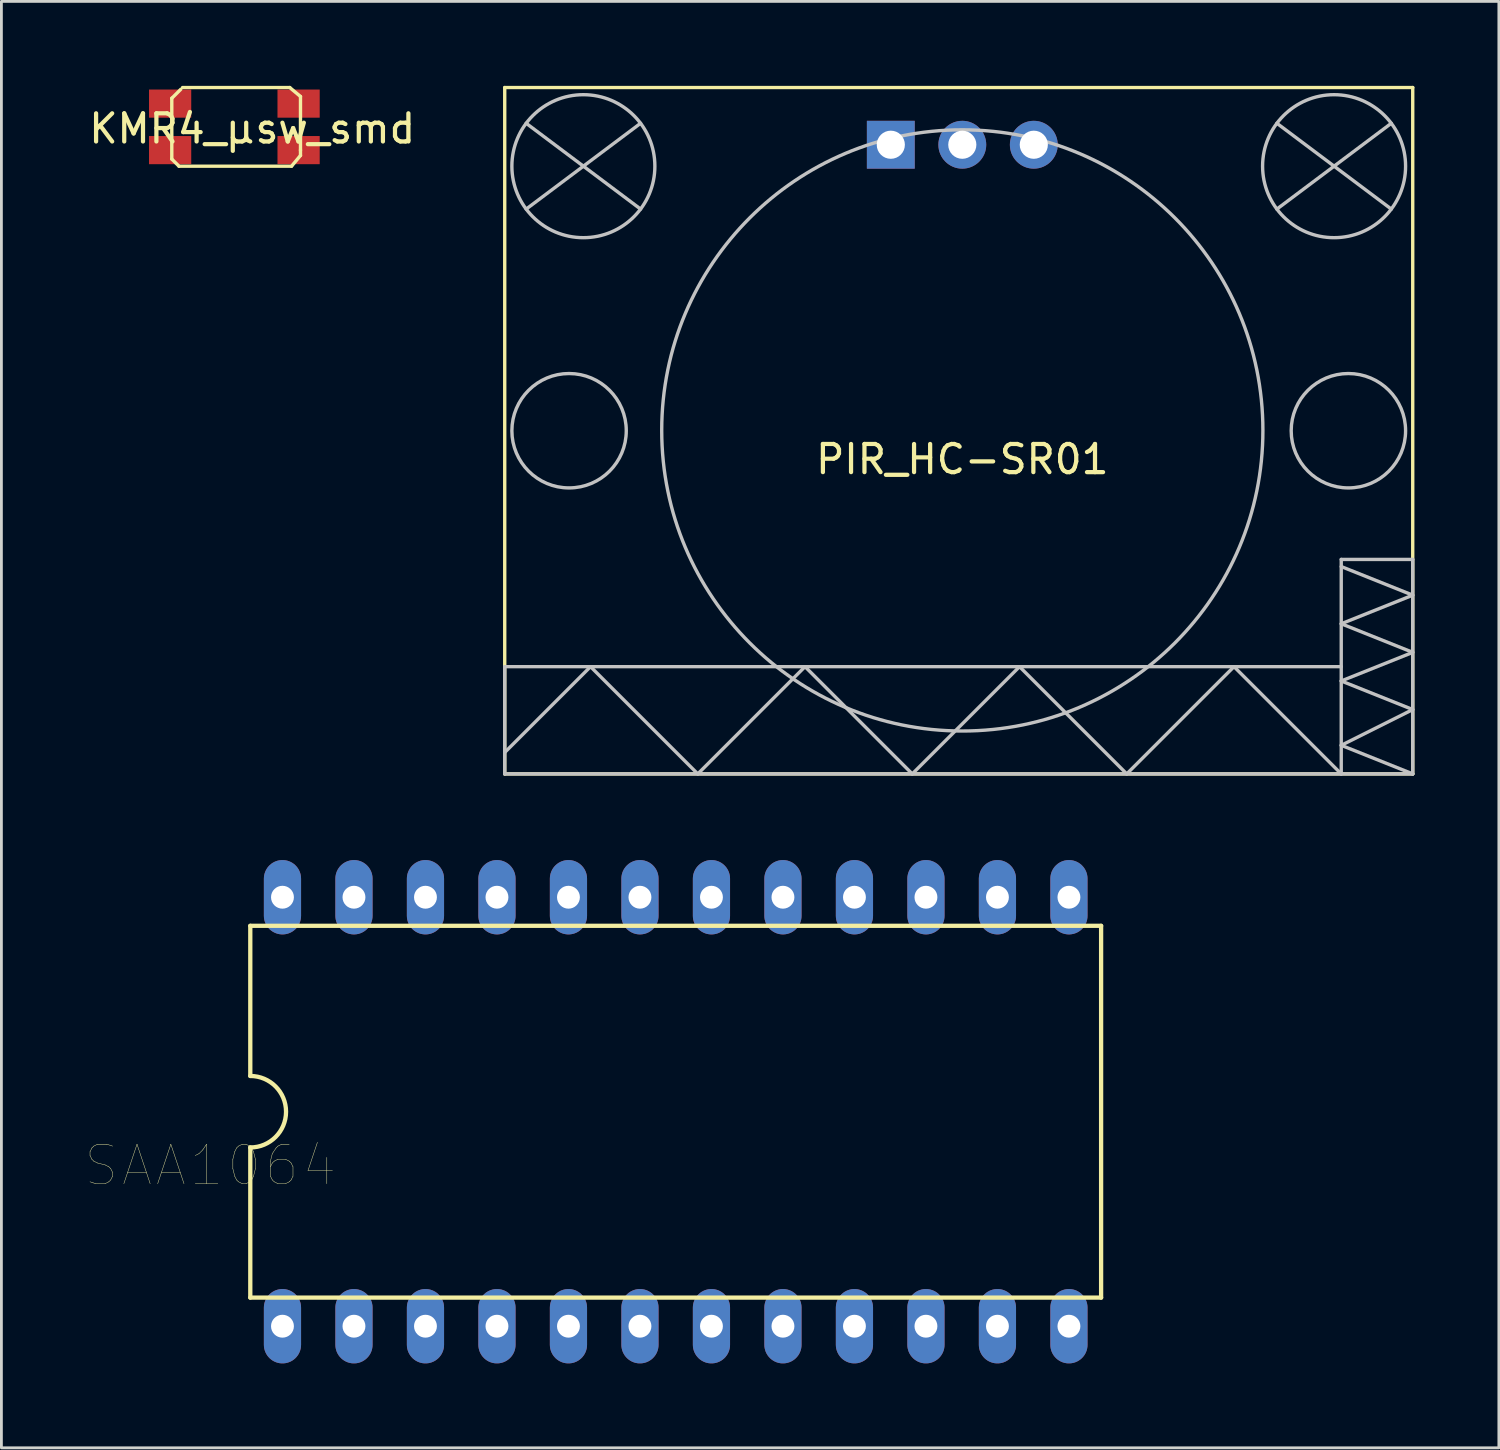
<source format=kicad_pcb>
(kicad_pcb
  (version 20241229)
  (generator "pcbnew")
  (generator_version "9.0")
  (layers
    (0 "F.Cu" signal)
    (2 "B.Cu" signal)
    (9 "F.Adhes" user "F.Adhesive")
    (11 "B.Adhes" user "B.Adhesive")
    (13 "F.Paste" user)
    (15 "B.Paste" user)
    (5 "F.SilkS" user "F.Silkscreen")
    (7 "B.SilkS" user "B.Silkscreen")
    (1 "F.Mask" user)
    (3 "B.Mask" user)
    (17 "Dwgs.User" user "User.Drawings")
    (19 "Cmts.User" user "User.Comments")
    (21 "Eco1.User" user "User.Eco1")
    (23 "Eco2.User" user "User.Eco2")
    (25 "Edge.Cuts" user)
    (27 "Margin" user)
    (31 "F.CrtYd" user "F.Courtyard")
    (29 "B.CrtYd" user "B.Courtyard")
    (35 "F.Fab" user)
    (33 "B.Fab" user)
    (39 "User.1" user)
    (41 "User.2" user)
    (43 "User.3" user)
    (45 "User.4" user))
  (footprint "PIR_HC-SR01"
    (layer "F.Cu")
    (at 31.137 12.252)
    (property "Reference" "PIR_HC-SR01" (at 0 1.016 0) (layer "F.SilkS") (effects (font (size 1 1) (thickness 0.15))))
    (attr through_hole)
    (fp_line (start -16.256 -12.192) (end -16.256 12.192) (stroke (width 0.12) (type solid)) (layer "F.SilkS"))
    (fp_line (start -16.256 12.192) (end 16.002 12.192) (stroke (width 0.12) (type solid)) (layer "F.SilkS"))
    (fp_line (start 16.002 -12.192) (end -16.256 -12.192) (stroke (width 0.12) (type solid)) (layer "F.SilkS"))
    (fp_line (start 16.002 12.192) (end 16.002 -12.192) (stroke (width 0.12) (type solid)) (layer "F.SilkS"))
    (fp_line (start -16.256 8.382) (end -16.256 12.192) (stroke (width 0.12) (type solid)) (layer "Dwgs.User"))
    (fp_line (start -16.256 12.192) (end 13.462 12.192) (stroke (width 0.12) (type solid)) (layer "Dwgs.User"))
    (fp_line (start -15.494 -10.922) (end -11.43 -7.874) (stroke (width 0.12) (type solid)) (layer "Dwgs.User"))
    (fp_line (start -13.208 8.382) (end -16.256 11.43) (stroke (width 0.12) (type solid)) (layer "Dwgs.User"))
    (fp_line (start -11.43 -10.922) (end -15.494 -7.874) (stroke (width 0.12) (type solid)) (layer "Dwgs.User"))
    (fp_line (start -9.398 12.192) (end -13.208 8.382) (stroke (width 0.12) (type solid)) (layer "Dwgs.User"))
    (fp_line (start -5.588 8.382) (end -9.398 12.192) (stroke (width 0.12) (type solid)) (layer "Dwgs.User"))
    (fp_line (start -1.778 12.192) (end -5.588 8.382) (stroke (width 0.12) (type solid)) (layer "Dwgs.User"))
    (fp_line (start 2.032 8.382) (end -1.778 12.192) (stroke (width 0.12) (type solid)) (layer "Dwgs.User"))
    (fp_line (start 5.842 12.192) (end 2.032 8.382) (stroke (width 0.12) (type solid)) (layer "Dwgs.User"))
    (fp_line (start 9.652 8.382) (end 5.842 12.192) (stroke (width 0.12) (type solid)) (layer "Dwgs.User"))
    (fp_line (start 11.176 -10.922) (end 15.24 -7.874) (stroke (width 0.12) (type solid)) (layer "Dwgs.User"))
    (fp_line (start 13.462 4.572) (end 13.462 12.192) (stroke (width 0.12) (type solid)) (layer "Dwgs.User"))
    (fp_line (start 13.462 6.858) (end 16.002 5.842) (stroke (width 0.12) (type solid)) (layer "Dwgs.User"))
    (fp_line (start 13.462 8.382) (end -16.256 8.382) (stroke (width 0.12) (type solid)) (layer "Dwgs.User"))
    (fp_line (start 13.462 8.89) (end 16.002 7.874) (stroke (width 0.12) (type solid)) (layer "Dwgs.User"))
    (fp_line (start 13.462 11.176) (end 16.002 9.906) (stroke (width 0.12) (type solid)) (layer "Dwgs.User"))
    (fp_line (start 13.462 12.192) (end 9.652 8.382) (stroke (width 0.12) (type solid)) (layer "Dwgs.User"))
    (fp_line (start 13.462 12.192) (end 16.002 12.192) (stroke (width 0.12) (type solid)) (layer "Dwgs.User"))
    (fp_line (start 15.24 -10.922) (end 11.176 -7.874) (stroke (width 0.12) (type solid)) (layer "Dwgs.User"))
    (fp_line (start 16.002 4.572) (end 13.462 4.572) (stroke (width 0.12) (type solid)) (layer "Dwgs.User"))
    (fp_line (start 16.002 5.842) (end 13.462 4.826) (stroke (width 0.12) (type solid)) (layer "Dwgs.User"))
    (fp_line (start 16.002 7.874) (end 13.462 6.858) (stroke (width 0.12) (type solid)) (layer "Dwgs.User"))
    (fp_line (start 16.002 9.906) (end 13.462 8.89) (stroke (width 0.12) (type solid)) (layer "Dwgs.User"))
    (fp_line (start 16.002 12.192) (end 13.462 11.176) (stroke (width 0.12) (type solid)) (layer "Dwgs.User"))
    (fp_line (start 16.002 12.192) (end 16.002 4.572) (stroke (width 0.12) (type solid)) (layer "Dwgs.User"))
    (fp_circle (center -13.97 0) (end -11.938 0) (stroke (width 0.12) (type solid)) (fill no) (layer "Dwgs.User"))
    (fp_circle (center -13.462 -9.398) (end -10.922 -9.398) (stroke (width 0.12) (type solid)) (fill no) (layer "Dwgs.User"))
    (fp_circle (center 0 -0.011) (end 10.679 -0.011) (stroke (width 0.12) (type solid)) (fill no) (layer "Dwgs.User"))
    (fp_circle (center 13.208 -9.398) (end 15.748 -9.398) (stroke (width 0.12) (type solid)) (fill no) (layer "Dwgs.User"))
    (fp_circle (center 13.716 0) (end 15.748 0) (stroke (width 0.12) (type solid)) (fill no) (layer "Dwgs.User"))
    (pad "1" thru_hole rect (at -2.54 -10.16) (size 1.7 1.7) (drill 1) (layers "*.Cu" "*.Mask"))
    (pad "2" thru_hole circle (at 0 -10.16) (size 1.7 1.7) (drill 1) (layers "*.Cu" "*.Mask"))
    (pad "3" thru_hole circle (at 2.54 -10.16) (size 1.7 1.7) (drill 1) (layers "*.Cu" "*.Mask")))
  (footprint "KMR4_µsw_smd"
    (layer "F.Cu")
    (at 5.276 1.457)
    (property "Reference" "KMR4_µsw_smd" (at 0.635 0.064 0) (layer "F.SilkS") (effects (font (size 1 1) (thickness 0.15))))
    (attr through_hole)
    (fp_line (start -2.223 -1.016) (end -1.905 -1.333) (stroke (width 0.12) (type solid)) (layer "F.SilkS"))
    (fp_line (start -2.223 1.143) (end -2.223 -1.016) (stroke (width 0.12) (type solid)) (layer "F.SilkS"))
    (fp_line (start -1.968 1.397) (end -2.223 1.143) (stroke (width 0.12) (type solid)) (layer "F.SilkS"))
    (fp_line (start -1.841 -1.397) (end 1.968 -1.397) (stroke (width 0.12) (type solid)) (layer "F.SilkS"))
    (fp_line (start 1.968 -1.397) (end 2.349 -1.079) (stroke (width 0.12) (type solid)) (layer "F.SilkS"))
    (fp_line (start 2.032 1.397) (end -1.968 1.397) (stroke (width 0.12) (type solid)) (layer "F.SilkS"))
    (fp_line (start 2.349 -1.079) (end 2.349 0.826) (stroke (width 0.12) (type solid)) (layer "F.SilkS"))
    (fp_line (start 2.349 0.826) (end 2.349 1.016) (stroke (width 0.12) (type solid)) (layer "F.SilkS"))
    (fp_line (start 2.349 1.016) (end 2.032 1.397) (stroke (width 0.12) (type solid)) (layer "F.SilkS"))
    (pad "1" smd rect (at -2.032 -0.826) (size 1.5 1) (drill (offset -0.25 0)) (layers "F.Cu" "F.Mask" "F.Paste"))
    (pad "2" smd rect (at -2.032 0.826) (size 1.5 1) (drill (offset -0.25 0)) (layers "F.Cu" "F.Mask" "F.Paste"))
    (pad "3" smd rect (at 2.032 0.826) (size 1.5 1) (drill (offset 0.25 0)) (layers "F.Cu" "F.Mask" "F.Paste"))
    (pad "4" smd rect (at 2.032 -0.826) (size 1.5 1) (drill (offset 0.25 0)) (layers "F.Cu" "F.Mask" "F.Paste")))
  (footprint "SAA1064"
    (layer "F.Cu")
    (at 24.765 35.175)
    (property "Reference" "SAA1064" (at -20.344 3.179 180) (layer "F.SilkS") (effects (font (size 1.402 1.402) (thickness 0.015))))
    (attr through_hole)
    (fp_line (start -18.923 -5.334) (end -18.923 0) (stroke (width 0.152) (type solid)) (layer "F.SilkS"))
    (fp_line (start -18.923 -5.334) (end 11.303 -5.334) (stroke (width 0.152) (type solid)) (layer "F.SilkS"))
    (fp_line (start -18.923 2.54) (end -18.923 7.874) (stroke (width 0.152) (type solid)) (layer "F.SilkS"))
    (fp_line (start -18.923 7.874) (end 11.303 7.874) (stroke (width 0.152) (type solid)) (layer "F.SilkS"))
    (fp_line (start 11.303 7.874) (end 11.303 -5.334) (stroke (width 0.152) (type solid)) (layer "F.SilkS"))
    (fp_arc (start -18.923 0) (mid -17.653 1.27) (end -18.923 2.54) (stroke (width 0.1524) (type solid)) (layer "F.SilkS"))
    (pad "ADR" thru_hole oval (at -17.78 8.89) (size 1.321 2.642) (drill 0.813) (layers "*.Cu" "*.Mask"))
    (pad "CEXT" thru_hole oval (at -15.24 8.89) (size 1.321 2.642) (drill 0.813) (layers "*.Cu" "*.Mask"))
    (pad "MX1" thru_hole oval (at 7.62 8.89) (size 1.321 2.642) (drill 0.813) (layers "*.Cu" "*.Mask"))
    (pad "MX2" thru_hole oval (at 7.62 -6.35) (size 1.321 2.642) (drill 0.813) (layers "*.Cu" "*.Mask"))
    (pad "P1" thru_hole oval (at 5.08 8.89) (size 1.321 2.642) (drill 0.813) (layers "*.Cu" "*.Mask"))
    (pad "P2" thru_hole oval (at 2.54 8.89) (size 1.321 2.642) (drill 0.813) (layers "*.Cu" "*.Mask"))
    (pad "P3" thru_hole oval (at 0 8.89) (size 1.321 2.642) (drill 0.813) (layers "*.Cu" "*.Mask"))
    (pad "P4" thru_hole oval (at -2.54 8.89) (size 1.321 2.642) (drill 0.813) (layers "*.Cu" "*.Mask"))
    (pad "P5" thru_hole oval (at -5.08 8.89) (size 1.321 2.642) (drill 0.813) (layers "*.Cu" "*.Mask"))
    (pad "P6" thru_hole oval (at -7.62 8.89) (size 1.321 2.642) (drill 0.813) (layers "*.Cu" "*.Mask"))
    (pad "P7" thru_hole oval (at -10.16 8.89) (size 1.321 2.642) (drill 0.813) (layers "*.Cu" "*.Mask"))
    (pad "P8" thru_hole oval (at -12.7 8.89) (size 1.321 2.642) (drill 0.813) (layers "*.Cu" "*.Mask"))
    (pad "P9" thru_hole oval (at 5.08 -6.35) (size 1.321 2.642) (drill 0.813) (layers "*.Cu" "*.Mask"))
    (pad "P10" thru_hole oval (at 2.54 -6.35) (size 1.321 2.642) (drill 0.813) (layers "*.Cu" "*.Mask"))
    (pad "P11" thru_hole oval (at 0 -6.35) (size 1.321 2.642) (drill 0.813) (layers "*.Cu" "*.Mask"))
    (pad "P12" thru_hole oval (at -2.54 -6.35) (size 1.321 2.642) (drill 0.813) (layers "*.Cu" "*.Mask"))
    (pad "P13" thru_hole oval (at -5.08 -6.35) (size 1.321 2.642) (drill 0.813) (layers "*.Cu" "*.Mask"))
    (pad "P14" thru_hole oval (at -7.62 -6.35) (size 1.321 2.642) (drill 0.813) (layers "*.Cu" "*.Mask"))
    (pad "P15" thru_hole oval (at -10.16 -6.35) (size 1.321 2.642) (drill 0.813) (layers "*.Cu" "*.Mask"))
    (pad "P16" thru_hole oval (at -12.7 -6.35) (size 1.321 2.642) (drill 0.813) (layers "*.Cu" "*.Mask"))
    (pad "SCL" thru_hole oval (at -17.78 -6.35) (size 1.321 2.642) (drill 0.813) (layers "*.Cu" "*.Mask"))
    (pad "SDA" thru_hole oval (at -15.24 -6.35) (size 1.321 2.642) (drill 0.813) (layers "*.Cu" "*.Mask"))
    (pad "VCC" thru_hole oval (at 10.16 -6.35) (size 1.321 2.642) (drill 0.813) (layers "*.Cu" "*.Mask"))
    (pad "VEE" thru_hole oval (at 10.16 8.89) (size 1.321 2.642) (drill 0.813) (layers "*.Cu" "*.Mask")))
  (gr_rect
    (start -3 -3)
    (end 50.199 48.386)
    (stroke (width 0.1) (type default))
    (fill no)
    (layer "Edge.Cuts")))
</source>
